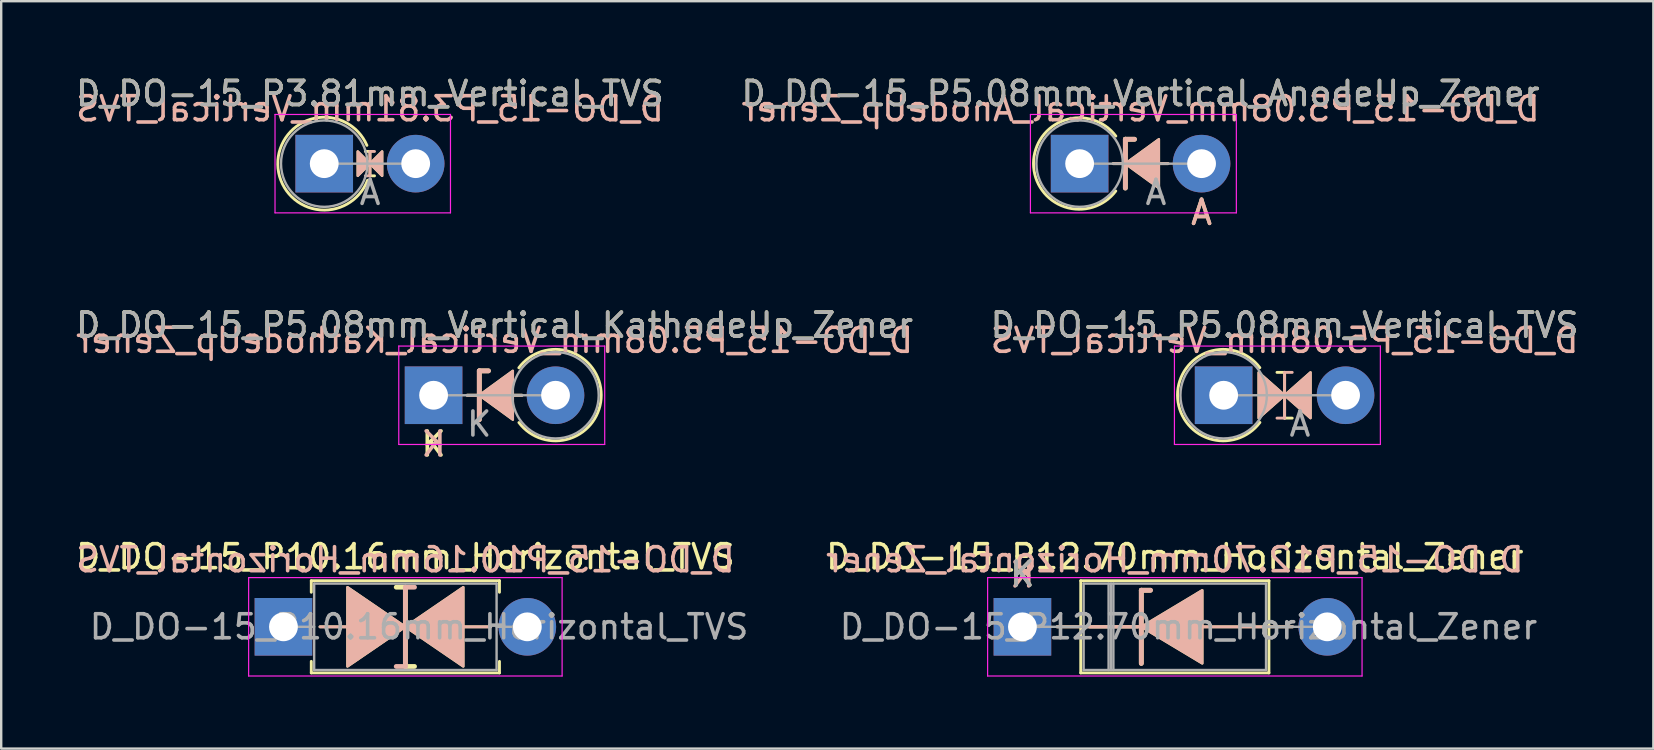
<source format=kicad_pcb>
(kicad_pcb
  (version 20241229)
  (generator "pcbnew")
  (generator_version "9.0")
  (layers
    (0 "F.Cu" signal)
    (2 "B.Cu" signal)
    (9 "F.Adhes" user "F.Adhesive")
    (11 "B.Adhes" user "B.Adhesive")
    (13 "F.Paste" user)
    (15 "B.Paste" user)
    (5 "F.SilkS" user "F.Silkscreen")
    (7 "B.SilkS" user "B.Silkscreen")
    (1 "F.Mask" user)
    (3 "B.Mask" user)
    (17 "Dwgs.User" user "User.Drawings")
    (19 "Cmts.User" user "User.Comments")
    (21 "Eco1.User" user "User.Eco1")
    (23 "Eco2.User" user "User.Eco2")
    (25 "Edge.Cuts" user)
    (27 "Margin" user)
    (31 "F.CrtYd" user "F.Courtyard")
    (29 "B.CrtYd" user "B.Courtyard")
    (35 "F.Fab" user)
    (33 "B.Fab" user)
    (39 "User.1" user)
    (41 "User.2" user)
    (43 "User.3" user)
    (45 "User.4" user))
  (footprint "D_DO-15_P10.16mm_Horizontal_TVS"
    (layer "F.Cu")
    (at 8.759 23.065)
    (property "Reference" "D_DO-15_P10.16mm_Horizontal_TVS" (at 5.08 -2.92 0) (layer "F.SilkS") (effects (font (size 1 1) (thickness 0.15))))
    (fp_line (start 1.16 -1.92) (end 9 -1.92) (stroke (width 0.12) (type solid)) (layer "F.SilkS"))
    (fp_line (start 1.16 -1.44) (end 1.16 -1.92) (stroke (width 0.12) (type solid)) (layer "F.SilkS"))
    (fp_line (start 1.16 1.44) (end 1.16 1.92) (stroke (width 0.12) (type solid)) (layer "F.SilkS"))
    (fp_line (start 1.16 1.92) (end 9 1.92) (stroke (width 0.12) (type solid)) (layer "F.SilkS"))
    (fp_line (start 1.524 0) (end 2.667 0) (stroke (width 0.12) (type solid)) (layer "F.SilkS"))
    (fp_line (start 5.08 -1.651) (end 4.699 -1.651) (stroke (width 0.2) (type solid)) (layer "F.SilkS"))
    (fp_line (start 5.08 1.651) (end 5.08 -1.651) (stroke (width 0.2) (type solid)) (layer "F.SilkS"))
    (fp_line (start 5.461 1.651) (end 5.08 1.651) (stroke (width 0.2) (type solid)) (layer "F.SilkS"))
    (fp_line (start 8.636 0) (end 7.493 0) (stroke (width 0.12) (type solid)) (layer "F.SilkS"))
    (fp_line (start 9 -1.92) (end 9 -1.44) (stroke (width 0.12) (type solid)) (layer "F.SilkS"))
    (fp_line (start 9 1.92) (end 9 1.44) (stroke (width 0.12) (type solid)) (layer "F.SilkS"))
    (fp_poly (pts (xy 5.08 0) (xy 2.667 1.651) (xy 2.667 -1.651)) (stroke (width 0.1) (type solid)) (fill yes) (layer "F.SilkS"))
    (fp_poly (pts (xy 5.08 0) (xy 7.493 -1.651) (xy 7.493 1.651)) (stroke (width 0.1) (type solid)) (fill yes) (layer "F.SilkS"))
    (fp_line (start 1.524 0) (end 2.667 0) (stroke (width 0.12) (type solid)) (layer "B.SilkS"))
    (fp_line (start 5.08 -1.651) (end 5.08 1.651) (stroke (width 0.2) (type solid)) (layer "B.SilkS"))
    (fp_line (start 5.08 1.651) (end 4.699 1.651) (stroke (width 0.2) (type solid)) (layer "B.SilkS"))
    (fp_line (start 5.461 -1.651) (end 5.08 -1.651) (stroke (width 0.2) (type solid)) (layer "B.SilkS"))
    (fp_line (start 8.636 0) (end 7.493 0) (stroke (width 0.12) (type solid)) (layer "B.SilkS"))
    (fp_poly (pts (xy 5.08 0) (xy 2.667 -1.651) (xy 2.667 1.651)) (stroke (width 0.1) (type solid)) (fill yes) (layer "B.SilkS"))
    (fp_poly (pts (xy 5.08 0) (xy 7.493 1.651) (xy 7.493 -1.651)) (stroke (width 0.1) (type solid)) (fill yes) (layer "B.SilkS"))
    (fp_line (start -1.45 -2.05) (end -1.45 2.05) (stroke (width 0.05) (type solid)) (layer "F.CrtYd"))
    (fp_line (start -1.45 2.05) (end 11.61 2.05) (stroke (width 0.05) (type solid)) (layer "F.CrtYd"))
    (fp_line (start 11.61 -2.05) (end -1.45 -2.05) (stroke (width 0.05) (type solid)) (layer "F.CrtYd"))
    (fp_line (start 11.61 2.05) (end 11.61 -2.05) (stroke (width 0.05) (type solid)) (layer "F.CrtYd"))
    (fp_line (start 0 0) (end 1.28 0) (stroke (width 0.1) (type solid)) (layer "F.Fab"))
    (fp_line (start 1.28 -1.8) (end 1.28 1.8) (stroke (width 0.1) (type solid)) (layer "F.Fab"))
    (fp_line (start 1.28 1.8) (end 8.88 1.8) (stroke (width 0.1) (type solid)) (layer "F.Fab"))
    (fp_line (start 8.88 -1.8) (end 1.28 -1.8) (stroke (width 0.1) (type solid)) (layer "F.Fab"))
    (fp_line (start 8.88 1.8) (end 8.88 -1.8) (stroke (width 0.1) (type solid)) (layer "F.Fab"))
    (fp_line (start 10.16 0) (end 8.88 0) (stroke (width 0.1) (type solid)) (layer "F.Fab"))
    (fp_text user "${REFERENCE}" (at 5.08 -2.794 0) (layer "B.SilkS") (effects (font (size 1 1) (thickness 0.15)) (justify mirror)))
    (fp_text user "${REFERENCE}" (at 5.65 0 0) (layer "F.Fab") (effects (font (size 1 1) (thickness 0.15))))
    (pad "1" thru_hole rect (at 0 0) (size 2.4 2.4) (drill 1.2) (layers "*.Cu" "*.Mask"))
    (pad "2" thru_hole oval (at 10.16 0) (size 2.4 2.4) (drill 1.2) (layers "*.Cu" "*.Mask")))
  (footprint "D_DO-15_P3.81mm_Vertical_TVS"
    (layer "F.Cu")
    (at 10.458 3.768)
    (property "Reference" "D_DO-15_P3.81mm_Vertical_TVS" (at 1.905 -2.92 0) (layer "F.SilkS") (effects (font (size 1 1) (thickness 0.15))))
    (fp_line (start 1.714 -0.508) (end 1.905 -0.508) (stroke (width 0.12) (type solid)) (layer "F.SilkS"))
    (fp_line (start 1.905 -0.508) (end 1.905 0.508) (stroke (width 0.12) (type solid)) (layer "F.SilkS"))
    (fp_line (start 1.905 0.508) (end 2.095 0.508) (stroke (width 0.12) (type solid)) (layer "F.SilkS"))
    (fp_arc (start 1.806184 0.692547) (mid -1.934042 0.037477) (end 1.777999 -0.761999) (stroke (width 0.12) (type solid)) (layer "F.SilkS"))
    (fp_poly (pts (xy 1.397 -0.508) (xy 1.905 0) (xy 1.397 0.508)) (stroke (width 0.1) (type solid)) (fill yes) (layer "F.SilkS"))
    (fp_poly (pts (xy 2.413 0.508) (xy 1.905 0) (xy 2.413 -0.508)) (stroke (width 0.1) (type solid)) (fill yes) (layer "F.SilkS"))
    (fp_line (start 1.714 0.508) (end 1.905 0.508) (stroke (width 0.12) (type solid)) (layer "B.SilkS"))
    (fp_line (start 1.905 -0.508) (end 2.095 -0.508) (stroke (width 0.12) (type solid)) (layer "B.SilkS"))
    (fp_line (start 1.905 0.508) (end 1.905 -0.508) (stroke (width 0.12) (type solid)) (layer "B.SilkS"))
    (fp_poly (pts (xy 1.397 0.508) (xy 1.905 0) (xy 1.397 -0.508)) (stroke (width 0.1) (type solid)) (fill yes) (layer "B.SilkS"))
    (fp_poly (pts (xy 2.413 -0.508) (xy 1.905 0) (xy 2.413 0.508)) (stroke (width 0.1) (type solid)) (fill yes) (layer "B.SilkS"))
    (fp_line (start -2.05 -2.05) (end -2.05 2.05) (stroke (width 0.05) (type solid)) (layer "F.CrtYd"))
    (fp_line (start -2.05 2.05) (end 5.26 2.05) (stroke (width 0.05) (type solid)) (layer "F.CrtYd"))
    (fp_line (start 5.26 -2.05) (end -2.05 -2.05) (stroke (width 0.05) (type solid)) (layer "F.CrtYd"))
    (fp_line (start 5.26 2.05) (end 5.26 -2.05) (stroke (width 0.05) (type solid)) (layer "F.CrtYd"))
    (fp_line (start 0 0) (end 3.81 0) (stroke (width 0.1) (type solid)) (layer "F.Fab"))
    (fp_circle (center 0 0) (end 1.8 0) (stroke (width 0.1) (type solid)) (fill no) (layer "F.Fab"))
    (fp_text user "${REFERENCE}" (at 1.905 -2.286 0) (layer "B.SilkS") (effects (font (size 1 1) (thickness 0.15)) (justify mirror)))
    (fp_text user "A" (at 1.91 1.2 0) (layer "F.Fab") (effects (font (size 1 1) (thickness 0.15))))
    (fp_text user "${REFERENCE}" (at 1.905 -2.92 0) (layer "F.Fab") (effects (font (size 1 1) (thickness 0.15))))
    (pad "1" thru_hole rect (at 0 0) (size 2.4 2.4) (drill 1.2) (layers "*.Cu" "*.Mask"))
    (pad "2" thru_hole oval (at 3.81 0) (size 2.4 2.4) (drill 1.2) (layers "*.Cu" "*.Mask")))
  (footprint "D_DO-15_P5.08mm_Vertical_KathodeUp_Zener"
    (layer "F.Cu")
    (at 15.014 13.417)
    (property "Reference" "D_DO-15_P5.08mm_Vertical_KathodeUp_Zener" (at 2.54 -2.92 0) (layer "F.SilkS") (effects (font (size 1 1) (thickness 0.15))))
    (fp_line (start 1.397 0) (end 2.413 0) (stroke (width 0.12) (type solid)) (layer "F.SilkS"))
    (fp_line (start 1.905 -1.016) (end 1.905 1.016) (stroke (width 0.2) (type solid)) (layer "F.SilkS"))
    (fp_line (start 1.905 -1.016) (end 2.286 -1.016) (stroke (width 0.2) (type solid)) (layer "F.SilkS"))
    (fp_line (start 1.92 0) (end 3.683 0) (stroke (width 0.12) (type solid)) (layer "F.SilkS"))
    (fp_arc (start 3.553011 -1.144726) (mid 6.984999 -0.008217) (end 3.556 1.137278) (stroke (width 0.12) (type solid)) (layer "F.SilkS"))
    (fp_poly (pts (xy 3.302 1.016) (xy 1.905 0) (xy 3.302 -1.016)) (stroke (width 0.1) (type solid)) (fill yes) (layer "F.SilkS"))
    (fp_line (start 1.397 0) (end 2.413 0) (stroke (width 0.12) (type solid)) (layer "B.SilkS"))
    (fp_line (start 1.905 -1.016) (end 2.286 -1.016) (stroke (width 0.2) (type solid)) (layer "B.SilkS"))
    (fp_line (start 1.905 1.016) (end 1.905 -1.016) (stroke (width 0.2) (type solid)) (layer "B.SilkS"))
    (fp_line (start 1.92 0) (end 3.683 0) (stroke (width 0.12) (type solid)) (layer "B.SilkS"))
    (fp_poly (pts (xy 3.302 -1.016) (xy 1.905 0) (xy 3.302 1.016)) (stroke (width 0.1) (type solid)) (fill yes) (layer "B.SilkS"))
    (fp_line (start -1.45 -2.05) (end -1.45 2.05) (stroke (width 0.05) (type solid)) (layer "F.CrtYd"))
    (fp_line (start -1.45 2.05) (end 7.13 2.05) (stroke (width 0.05) (type solid)) (layer "F.CrtYd"))
    (fp_line (start 7.13 -2.05) (end -1.45 -2.05) (stroke (width 0.05) (type solid)) (layer "F.CrtYd"))
    (fp_line (start 7.13 2.05) (end 7.13 -2.05) (stroke (width 0.05) (type solid)) (layer "F.CrtYd"))
    (fp_line (start 0 0) (end 5.08 0) (stroke (width 0.1) (type solid)) (layer "F.Fab"))
    (fp_circle (center 5.08 0) (end 6.88 0) (stroke (width 0.1) (type solid)) (fill no) (layer "F.Fab"))
    (fp_text user "K" (at 0 2.032 0) (layer "F.SilkS") (effects (font (size 1 1) (thickness 0.15))))
    (fp_text user "K" (at 0 2.032 0) (layer "B.SilkS") (effects (font (size 1 1) (thickness 0.15)) (justify mirror)))
    (fp_text user "${REFERENCE}" (at 2.54 -2.286 0) (layer "B.SilkS") (effects (font (size 1 1) (thickness 0.15)) (justify mirror)))
    (fp_text user "${REFERENCE}" (at 2.54 -2.92 0) (layer "F.Fab") (effects (font (size 1 1) (thickness 0.15))))
    (fp_text user "K" (at 1.9 1.2 0) (layer "F.Fab") (effects (font (size 1 1) (thickness 0.15))))
    (pad "1" thru_hole rect (at 0 0) (size 2.4 2.4) (drill 1.2) (layers "*.Cu" "*.Mask"))
    (pad "2" thru_hole oval (at 5.08 0) (size 2.4 2.4) (drill 1.2) (layers "*.Cu" "*.Mask")))
  (footprint "D_DO-15_P5.08mm_Vertical_AnodeUp_Zener"
    (layer "F.Cu")
    (at 41.93 3.768)
    (property "Reference" "D_DO-15_P5.08mm_Vertical_AnodeUp_Zener" (at 2.54 -2.92 0) (layer "F.SilkS") (effects (font (size 1 1) (thickness 0.15))))
    (fp_line (start 1.397 0) (end 2.413 0) (stroke (width 0.12) (type solid)) (layer "F.SilkS"))
    (fp_line (start 1.905 -1.016) (end 1.905 1.016) (stroke (width 0.2) (type solid)) (layer "F.SilkS"))
    (fp_line (start 1.905 -1.016) (end 2.286 -1.016) (stroke (width 0.2) (type solid)) (layer "F.SilkS"))
    (fp_line (start 1.92 0) (end 3.683 0) (stroke (width 0.12) (type solid)) (layer "F.SilkS"))
    (fp_arc (start 1.506315 1.139497) (mid -1.921017 -0.00711) (end 1.507982 -1.148722) (stroke (width 0.12) (type solid)) (layer "F.SilkS"))
    (fp_poly (pts (xy 3.302 1.016) (xy 1.905 0) (xy 3.302 -1.016)) (stroke (width 0.1) (type solid)) (fill yes) (layer "F.SilkS"))
    (fp_line (start 1.397 0) (end 2.413 0) (stroke (width 0.12) (type solid)) (layer "B.SilkS"))
    (fp_line (start 1.905 -1.016) (end 2.286 -1.016) (stroke (width 0.2) (type solid)) (layer "B.SilkS"))
    (fp_line (start 1.905 1.016) (end 1.905 -1.016) (stroke (width 0.2) (type solid)) (layer "B.SilkS"))
    (fp_line (start 1.92 0) (end 3.683 0) (stroke (width 0.12) (type solid)) (layer "B.SilkS"))
    (fp_poly (pts (xy 3.302 -1.016) (xy 1.905 0) (xy 3.302 1.016)) (stroke (width 0.1) (type solid)) (fill yes) (layer "B.SilkS"))
    (fp_line (start -2.05 -2.05) (end -2.05 2.05) (stroke (width 0.05) (type solid)) (layer "F.CrtYd"))
    (fp_line (start -2.05 2.05) (end 6.53 2.05) (stroke (width 0.05) (type solid)) (layer "F.CrtYd"))
    (fp_line (start 6.53 -2.05) (end -2.05 -2.05) (stroke (width 0.05) (type solid)) (layer "F.CrtYd"))
    (fp_line (start 6.53 2.05) (end 6.53 -2.05) (stroke (width 0.05) (type solid)) (layer "F.CrtYd"))
    (fp_line (start 0 0) (end 5.08 0) (stroke (width 0.1) (type solid)) (layer "F.Fab"))
    (fp_circle (center 0 0) (end 1.8 0) (stroke (width 0.1) (type solid)) (fill no) (layer "F.Fab"))
    (fp_text user "A" (at 5.08 2.032 0) (layer "F.SilkS") (effects (font (size 1 1) (thickness 0.15))))
    (fp_text user "${REFERENCE}" (at 2.54 -2.286 0) (layer "B.SilkS") (effects (font (size 1 1) (thickness 0.15)) (justify mirror)))
    (fp_text user "A" (at 5.08 2.032 0) (layer "B.SilkS") (effects (font (size 1 1) (thickness 0.15)) (justify mirror)))
    (fp_text user "A" (at 3.18 1.2 0) (layer "F.Fab") (effects (font (size 1 1) (thickness 0.15))))
    (fp_text user "${REFERENCE}" (at 2.54 -2.92 0) (layer "F.Fab") (effects (font (size 1 1) (thickness 0.15))))
    (pad "1" thru_hole rect (at 0 0) (size 2.4 2.4) (drill 1.2) (layers "*.Cu" "*.Mask"))
    (pad "2" thru_hole oval (at 5.08 0) (size 2.4 2.4) (drill 1.2) (layers "*.Cu" "*.Mask")))
  (footprint "D_DO-15_P5.08mm_Vertical_TVS"
    (layer "F.Cu")
    (at 47.93 13.417)
    (property "Reference" "D_DO-15_P5.08mm_Vertical_TVS" (at 2.54 -2.92 0) (layer "F.SilkS") (effects (font (size 1 1) (thickness 0.15))))
    (fp_line (start 2.223 -0.953) (end 2.54 -0.953) (stroke (width 0.12) (type solid)) (layer "F.SilkS"))
    (fp_line (start 2.54 -0.953) (end 2.54 0.953) (stroke (width 0.12) (type solid)) (layer "F.SilkS"))
    (fp_line (start 2.54 0.953) (end 2.857 0.953) (stroke (width 0.12) (type solid)) (layer "F.SilkS"))
    (fp_arc (start 1.510971 1.133282) (mid -1.921017 -0.003227) (end 1.507982 -1.148722) (stroke (width 0.12) (type solid)) (layer "F.SilkS"))
    (fp_poly (pts (xy 1.46 -0.953) (xy 2.54 0) (xy 1.46 0.953)) (stroke (width 0.1) (type solid)) (fill yes) (layer "F.SilkS"))
    (fp_poly (pts (xy 3.619 0.953) (xy 2.54 0) (xy 3.619 -0.953)) (stroke (width 0.1) (type solid)) (fill yes) (layer "F.SilkS"))
    (fp_line (start 2.223 0.953) (end 2.54 0.953) (stroke (width 0.12) (type solid)) (layer "B.SilkS"))
    (fp_line (start 2.54 -0.953) (end 2.857 -0.953) (stroke (width 0.12) (type solid)) (layer "B.SilkS"))
    (fp_line (start 2.54 0.953) (end 2.54 -0.953) (stroke (width 0.12) (type solid)) (layer "B.SilkS"))
    (fp_poly (pts (xy 1.46 0.953) (xy 2.54 0) (xy 1.46 -0.953)) (stroke (width 0.1) (type solid)) (fill yes) (layer "B.SilkS"))
    (fp_poly (pts (xy 3.619 -0.953) (xy 2.54 0) (xy 3.619 0.953)) (stroke (width 0.1) (type solid)) (fill yes) (layer "B.SilkS"))
    (fp_line (start -2.05 -2.05) (end -2.05 2.05) (stroke (width 0.05) (type solid)) (layer "F.CrtYd"))
    (fp_line (start -2.05 2.05) (end 6.53 2.05) (stroke (width 0.05) (type solid)) (layer "F.CrtYd"))
    (fp_line (start 6.53 -2.05) (end -2.05 -2.05) (stroke (width 0.05) (type solid)) (layer "F.CrtYd"))
    (fp_line (start 6.53 2.05) (end 6.53 -2.05) (stroke (width 0.05) (type solid)) (layer "F.CrtYd"))
    (fp_line (start 0 0) (end 5.08 0) (stroke (width 0.1) (type solid)) (layer "F.Fab"))
    (fp_circle (center 0 0) (end 1.8 0) (stroke (width 0.1) (type solid)) (fill no) (layer "F.Fab"))
    (fp_text user "${REFERENCE}" (at 2.54 -2.286 0) (layer "B.SilkS") (effects (font (size 1 1) (thickness 0.15)) (justify mirror)))
    (fp_text user "${REFERENCE}" (at 2.54 -2.92 0) (layer "F.Fab") (effects (font (size 1 1) (thickness 0.15))))
    (fp_text user "A" (at 3.18 1.2 0) (layer "F.Fab") (effects (font (size 1 1) (thickness 0.15))))
    (pad "1" thru_hole rect (at 0 0) (size 2.4 2.4) (drill 1.2) (layers "*.Cu" "*.Mask"))
    (pad "2" thru_hole oval (at 5.08 0) (size 2.4 2.4) (drill 1.2) (layers "*.Cu" "*.Mask")))
  (footprint "D_DO-15_P12.70mm_Horizontal_Zener"
    (layer "F.Cu")
    (at 39.547 23.065)
    (property "Reference" "D_DO-15_P12.70mm_Horizontal_Zener" (at 6.35 -2.92 0) (layer "F.SilkS") (effects (font (size 1 1) (thickness 0.15))))
    (fp_line (start 1.44 0) (end 2.43 0) (stroke (width 0.12) (type solid)) (layer "F.SilkS"))
    (fp_line (start 2.413 0) (end 4.8 0) (stroke (width 0.12) (type solid)) (layer "F.SilkS"))
    (fp_line (start 2.43 -1.92) (end 2.43 1.92) (stroke (width 0.12) (type solid)) (layer "F.SilkS"))
    (fp_line (start 2.43 1.92) (end 10.27 1.92) (stroke (width 0.12) (type solid)) (layer "F.SilkS"))
    (fp_line (start 4.953 -1.524) (end 4.953 1.524) (stroke (width 0.2) (type solid)) (layer "F.SilkS"))
    (fp_line (start 4.953 -1.524) (end 5.334 -1.524) (stroke (width 0.2) (type solid)) (layer "F.SilkS"))
    (fp_line (start 4.953 0) (end 2.8 0) (stroke (width 0.12) (type solid)) (layer "F.SilkS"))
    (fp_line (start 10.27 -1.92) (end 2.43 -1.92) (stroke (width 0.12) (type solid)) (layer "F.SilkS"))
    (fp_line (start 10.27 0) (end 7.493 0) (stroke (width 0.12) (type solid)) (layer "F.SilkS"))
    (fp_line (start 10.27 1.92) (end 10.27 -1.92) (stroke (width 0.12) (type solid)) (layer "F.SilkS"))
    (fp_line (start 11.26 0) (end 10.27 0) (stroke (width 0.12) (type solid)) (layer "F.SilkS"))
    (fp_poly (pts (xy 7.493 1.524) (xy 4.953 0) (xy 7.493 -1.524)) (stroke (width 0.1) (type solid)) (fill yes) (layer "F.SilkS"))
    (fp_line (start 1.44 0) (end 2.43 0) (stroke (width 0.12) (type solid)) (layer "B.SilkS"))
    (fp_line (start 2.413 0) (end 4.8 0) (stroke (width 0.12) (type solid)) (layer "B.SilkS"))
    (fp_line (start 4.953 -1.524) (end 5.334 -1.524) (stroke (width 0.2) (type solid)) (layer "B.SilkS"))
    (fp_line (start 4.953 0) (end 2.8 0) (stroke (width 0.12) (type solid)) (layer "B.SilkS"))
    (fp_line (start 4.953 1.524) (end 4.953 -1.524) (stroke (width 0.2) (type solid)) (layer "B.SilkS"))
    (fp_line (start 10.27 0) (end 7.493 0) (stroke (width 0.12) (type solid)) (layer "B.SilkS"))
    (fp_line (start 11.26 0) (end 10.27 0) (stroke (width 0.12) (type solid)) (layer "B.SilkS"))
    (fp_poly (pts (xy 7.493 -1.524) (xy 4.953 0) (xy 7.493 1.524)) (stroke (width 0.1) (type solid)) (fill yes) (layer "B.SilkS"))
    (fp_line (start -1.45 -2.05) (end -1.45 2.05) (stroke (width 0.05) (type solid)) (layer "F.CrtYd"))
    (fp_line (start -1.45 2.05) (end 14.15 2.05) (stroke (width 0.05) (type solid)) (layer "F.CrtYd"))
    (fp_line (start 14.15 -2.05) (end -1.45 -2.05) (stroke (width 0.05) (type solid)) (layer "F.CrtYd"))
    (fp_line (start 14.15 2.05) (end 14.15 -2.05) (stroke (width 0.05) (type solid)) (layer "F.CrtYd"))
    (fp_line (start 0 0) (end 2.55 0) (stroke (width 0.1) (type solid)) (layer "F.Fab"))
    (fp_line (start 2.55 -1.8) (end 2.55 1.8) (stroke (width 0.1) (type solid)) (layer "F.Fab"))
    (fp_line (start 2.55 1.8) (end 10.15 1.8) (stroke (width 0.1) (type solid)) (layer "F.Fab"))
    (fp_line (start 3.59 -1.8) (end 3.59 1.8) (stroke (width 0.1) (type solid)) (layer "F.Fab"))
    (fp_line (start 3.69 -1.8) (end 3.69 1.8) (stroke (width 0.1) (type solid)) (layer "F.Fab"))
    (fp_line (start 3.79 -1.8) (end 3.79 1.8) (stroke (width 0.1) (type solid)) (layer "F.Fab"))
    (fp_line (start 10.15 -1.8) (end 2.55 -1.8) (stroke (width 0.1) (type solid)) (layer "F.Fab"))
    (fp_line (start 10.15 1.8) (end 10.15 -1.8) (stroke (width 0.1) (type solid)) (layer "F.Fab"))
    (fp_line (start 12.7 0) (end 10.15 0) (stroke (width 0.1) (type solid)) (layer "F.Fab"))
    (fp_text user "K" (at 0 -2.2 0) (layer "F.SilkS") (effects (font (size 1 1) (thickness 0.15))))
    (fp_text user "K" (at 0 -2.159 0) (layer "B.SilkS") (effects (font (size 1 1) (thickness 0.15)) (justify mirror)))
    (fp_text user "${REFERENCE}" (at 6.35 -2.794 0) (layer "B.SilkS") (effects (font (size 1 1) (thickness 0.15)) (justify mirror)))
    (fp_text user "K" (at 0 -2.2 0) (layer "F.Fab") (effects (font (size 1 1) (thickness 0.15))))
    (fp_text user "${REFERENCE}" (at 6.92 0 0) (layer "F.Fab") (effects (font (size 1 1) (thickness 0.15))))
    (pad "1" thru_hole rect (at 0 0) (size 2.4 2.4) (drill 1.2) (layers "*.Cu" "*.Mask"))
    (pad "2" thru_hole oval (at 12.7 0) (size 2.4 2.4) (drill 1.2) (layers "*.Cu" "*.Mask")))
  (gr_rect
    (start -3 -3)
    (end 65.833 28.14)
    (stroke (width 0.1) (type default))
    (fill no)
    (layer "Edge.Cuts")))
</source>
